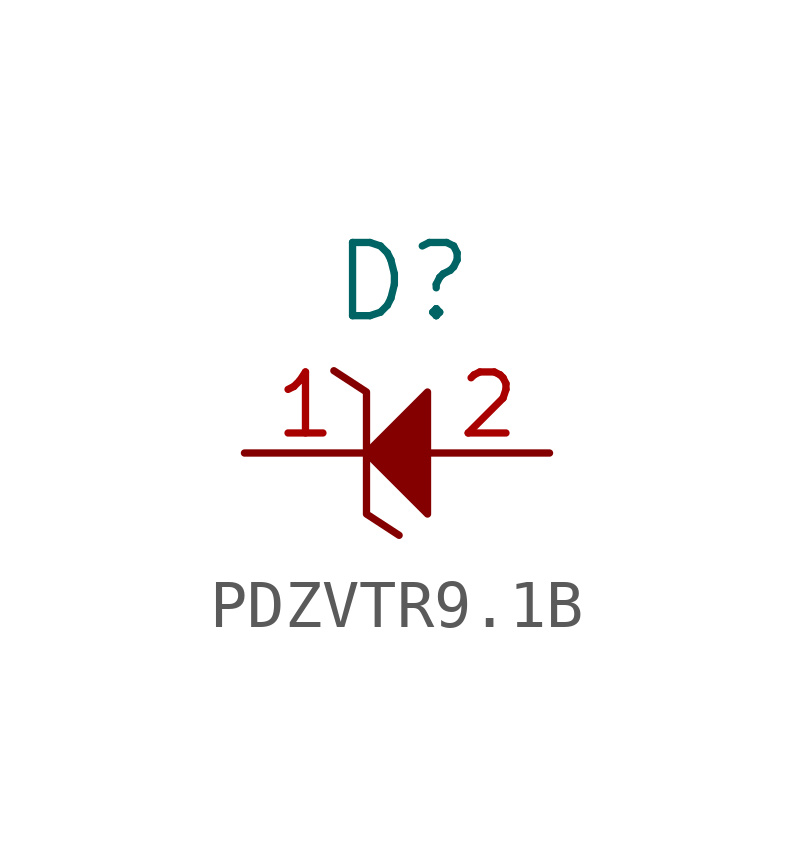
<source format=kicad_sym>
(kicad_symbol_lib
  (version 20231120)
  (generator "kicad_symbol_editor")
  (generator_version "8.0")
  (symbol "PDZVTR9.1B"
    (pin_names
      (offset 0.254))
    (property "Reference" "D"
      (at 3.302 3.556 0)
      (effects (font (size 1.524 1.524))))
    (property "ki_locked" ""
      (at 0 0 0)
      (effects (font (size 1.27 1.27))))
    (symbol "PDZVTR9.1B_1_1"
      (polyline (pts (xy 2.54 0) (xy 2.54 -1.27) (xy 3.219 -1.713)) (stroke (width 0) (type default)) (fill (type none)))
      (polyline (pts (xy 2.54 0) (xy 2.54 1.27) (xy 1.861 1.713)) (stroke (width 0) (type default)) (fill (type none)))
      (polyline (pts (xy 2.54 0) (xy 3.81 1.27) (xy 3.81 -1.27) (xy 2.54 0)) (stroke (width 0) (type default)) (fill (type outline)))
      (pin passive line (at 0 0 0) (length 2.54) (name "" (effects (font (size 1.27 1.27)))) (number "1" (effects (font (size 1.27 1.27)))))
      (pin passive line (at 6.35 0 180) (length 2.54) (name "" (effects (font (size 1.27 1.27)))) (number "2" (effects (font (size 1.27 1.27))))))))
</source>
